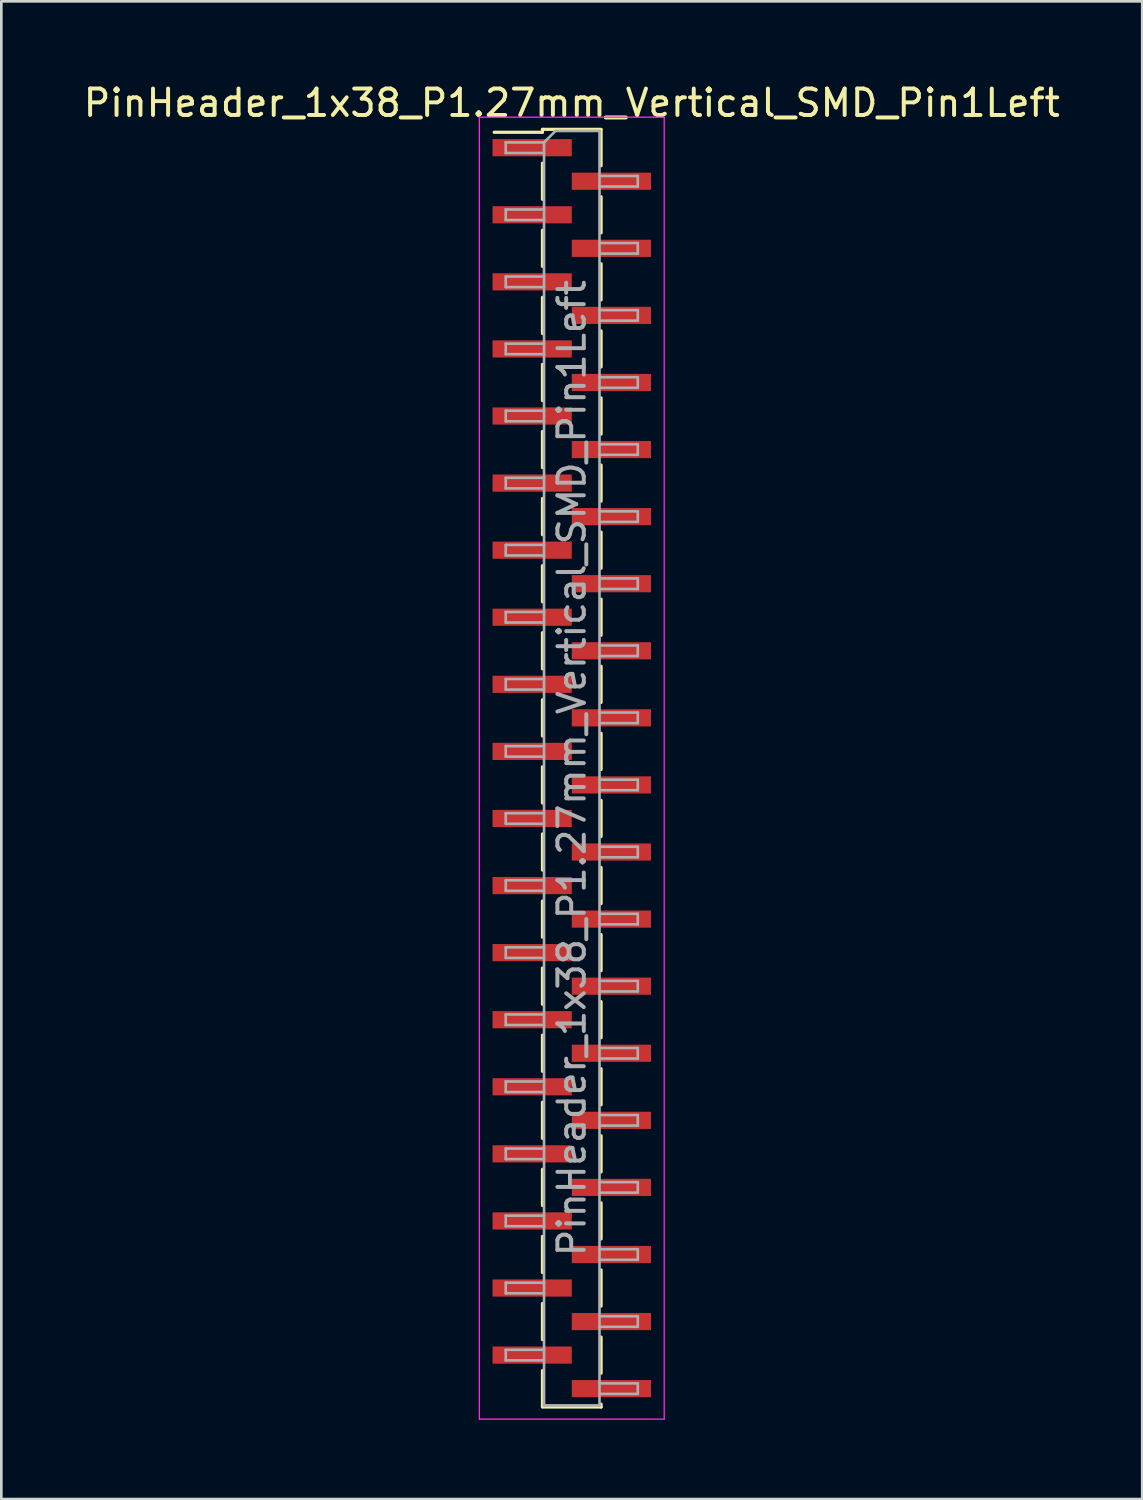
<source format=kicad_pcb>
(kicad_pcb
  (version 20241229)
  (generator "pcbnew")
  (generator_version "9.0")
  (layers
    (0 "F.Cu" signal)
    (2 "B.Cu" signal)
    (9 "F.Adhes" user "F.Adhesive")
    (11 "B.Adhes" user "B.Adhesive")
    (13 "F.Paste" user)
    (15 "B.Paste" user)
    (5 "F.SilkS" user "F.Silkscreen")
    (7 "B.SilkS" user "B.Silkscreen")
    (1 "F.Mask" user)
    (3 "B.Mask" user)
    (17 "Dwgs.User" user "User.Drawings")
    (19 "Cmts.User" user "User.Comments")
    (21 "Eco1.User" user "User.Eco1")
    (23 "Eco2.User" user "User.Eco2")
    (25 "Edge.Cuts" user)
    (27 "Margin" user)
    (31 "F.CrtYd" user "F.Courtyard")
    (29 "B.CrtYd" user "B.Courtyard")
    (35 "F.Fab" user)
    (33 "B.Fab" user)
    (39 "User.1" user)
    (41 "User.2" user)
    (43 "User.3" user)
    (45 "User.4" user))
  (footprint "PinHeader_1x38_P1.27mm_Vertical_SMD_Pin1Left"
    (layer "F.Cu")
    (at 18.601 26.038)
    (property "Reference" "PinHeader_1x38_P1.27mm_Vertical_SMD_Pin1Left" (at 0 -25.19 0) (layer "F.SilkS") (effects (font (size 1 1) (thickness 0.15))))
    (attr smd)
    (fp_line (start -1.11 -24.19) (end -1.11 -24.08) (stroke (width 0.12) (type solid)) (layer "F.SilkS"))
    (fp_line (start -1.11 -24.19) (end 1.11 -24.19) (stroke (width 0.12) (type solid)) (layer "F.SilkS"))
    (fp_line (start -1.11 -24.08) (end -2.94 -24.08) (stroke (width 0.12) (type solid)) (layer "F.SilkS"))
    (fp_line (start -1.11 -22.91) (end -1.11 -21.54) (stroke (width 0.12) (type solid)) (layer "F.SilkS"))
    (fp_line (start -1.11 -20.37) (end -1.11 -19) (stroke (width 0.12) (type solid)) (layer "F.SilkS"))
    (fp_line (start -1.11 -17.83) (end -1.11 -16.46) (stroke (width 0.12) (type solid)) (layer "F.SilkS"))
    (fp_line (start -1.11 -15.29) (end -1.11 -13.92) (stroke (width 0.12) (type solid)) (layer "F.SilkS"))
    (fp_line (start -1.11 -12.75) (end -1.11 -11.38) (stroke (width 0.12) (type solid)) (layer "F.SilkS"))
    (fp_line (start -1.11 -10.21) (end -1.11 -8.84) (stroke (width 0.12) (type solid)) (layer "F.SilkS"))
    (fp_line (start -1.11 -7.67) (end -1.11 -6.3) (stroke (width 0.12) (type solid)) (layer "F.SilkS"))
    (fp_line (start -1.11 -5.13) (end -1.11 -3.76) (stroke (width 0.12) (type solid)) (layer "F.SilkS"))
    (fp_line (start -1.11 -2.59) (end -1.11 -1.22) (stroke (width 0.12) (type solid)) (layer "F.SilkS"))
    (fp_line (start -1.11 -0.05) (end -1.11 1.32) (stroke (width 0.12) (type solid)) (layer "F.SilkS"))
    (fp_line (start -1.11 2.49) (end -1.11 3.86) (stroke (width 0.12) (type solid)) (layer "F.SilkS"))
    (fp_line (start -1.11 5.03) (end -1.11 6.4) (stroke (width 0.12) (type solid)) (layer "F.SilkS"))
    (fp_line (start -1.11 7.57) (end -1.11 8.94) (stroke (width 0.12) (type solid)) (layer "F.SilkS"))
    (fp_line (start -1.11 10.11) (end -1.11 11.48) (stroke (width 0.12) (type solid)) (layer "F.SilkS"))
    (fp_line (start -1.11 12.65) (end -1.11 14.02) (stroke (width 0.12) (type solid)) (layer "F.SilkS"))
    (fp_line (start -1.11 15.19) (end -1.11 16.56) (stroke (width 0.12) (type solid)) (layer "F.SilkS"))
    (fp_line (start -1.11 17.73) (end -1.11 19.1) (stroke (width 0.12) (type solid)) (layer "F.SilkS"))
    (fp_line (start -1.11 20.27) (end -1.11 21.64) (stroke (width 0.12) (type solid)) (layer "F.SilkS"))
    (fp_line (start -1.11 22.81) (end -1.11 24.18) (stroke (width 0.12) (type solid)) (layer "F.SilkS"))
    (fp_line (start -1.11 24.19) (end 1.11 24.19) (stroke (width 0.12) (type solid)) (layer "F.SilkS"))
    (fp_line (start 1.11 -24.18) (end 1.11 -22.81) (stroke (width 0.12) (type solid)) (layer "F.SilkS"))
    (fp_line (start 1.11 -21.64) (end 1.11 -20.27) (stroke (width 0.12) (type solid)) (layer "F.SilkS"))
    (fp_line (start 1.11 -19.1) (end 1.11 -17.73) (stroke (width 0.12) (type solid)) (layer "F.SilkS"))
    (fp_line (start 1.11 -16.56) (end 1.11 -15.19) (stroke (width 0.12) (type solid)) (layer "F.SilkS"))
    (fp_line (start 1.11 -14.02) (end 1.11 -12.65) (stroke (width 0.12) (type solid)) (layer "F.SilkS"))
    (fp_line (start 1.11 -11.48) (end 1.11 -10.11) (stroke (width 0.12) (type solid)) (layer "F.SilkS"))
    (fp_line (start 1.11 -8.94) (end 1.11 -7.57) (stroke (width 0.12) (type solid)) (layer "F.SilkS"))
    (fp_line (start 1.11 -6.4) (end 1.11 -5.03) (stroke (width 0.12) (type solid)) (layer "F.SilkS"))
    (fp_line (start 1.11 -3.86) (end 1.11 -2.49) (stroke (width 0.12) (type solid)) (layer "F.SilkS"))
    (fp_line (start 1.11 -1.32) (end 1.11 0.05) (stroke (width 0.12) (type solid)) (layer "F.SilkS"))
    (fp_line (start 1.11 1.22) (end 1.11 2.59) (stroke (width 0.12) (type solid)) (layer "F.SilkS"))
    (fp_line (start 1.11 3.76) (end 1.11 5.13) (stroke (width 0.12) (type solid)) (layer "F.SilkS"))
    (fp_line (start 1.11 6.3) (end 1.11 7.67) (stroke (width 0.12) (type solid)) (layer "F.SilkS"))
    (fp_line (start 1.11 8.84) (end 1.11 10.21) (stroke (width 0.12) (type solid)) (layer "F.SilkS"))
    (fp_line (start 1.11 11.38) (end 1.11 12.75) (stroke (width 0.12) (type solid)) (layer "F.SilkS"))
    (fp_line (start 1.11 13.92) (end 1.11 15.29) (stroke (width 0.12) (type solid)) (layer "F.SilkS"))
    (fp_line (start 1.11 16.46) (end 1.11 17.83) (stroke (width 0.12) (type solid)) (layer "F.SilkS"))
    (fp_line (start 1.11 19) (end 1.11 20.37) (stroke (width 0.12) (type solid)) (layer "F.SilkS"))
    (fp_line (start 1.11 21.54) (end 1.11 22.91) (stroke (width 0.12) (type solid)) (layer "F.SilkS"))
    (fp_line (start 1.11 24.08) (end 1.11 24.19) (stroke (width 0.12) (type solid)) (layer "F.SilkS"))
    (fp_line (start -3.5 -24.65) (end -3.5 24.65) (stroke (width 0.05) (type solid)) (layer "F.CrtYd"))
    (fp_line (start -3.5 24.65) (end 3.5 24.65) (stroke (width 0.05) (type solid)) (layer "F.CrtYd"))
    (fp_line (start 3.5 -24.65) (end -3.5 -24.65) (stroke (width 0.05) (type solid)) (layer "F.CrtYd"))
    (fp_line (start 3.5 24.65) (end 3.5 -24.65) (stroke (width 0.05) (type solid)) (layer "F.CrtYd"))
    (fp_line (start -2.5 -23.695) (end -2.5 -23.295) (stroke (width 0.1) (type solid)) (layer "F.Fab"))
    (fp_line (start -2.5 -23.295) (end -1.05 -23.295) (stroke (width 0.1) (type solid)) (layer "F.Fab"))
    (fp_line (start -2.5 -21.155) (end -2.5 -20.755) (stroke (width 0.1) (type solid)) (layer "F.Fab"))
    (fp_line (start -2.5 -20.755) (end -1.05 -20.755) (stroke (width 0.1) (type solid)) (layer "F.Fab"))
    (fp_line (start -2.5 -18.615) (end -2.5 -18.215) (stroke (width 0.1) (type solid)) (layer "F.Fab"))
    (fp_line (start -2.5 -18.215) (end -1.05 -18.215) (stroke (width 0.1) (type solid)) (layer "F.Fab"))
    (fp_line (start -2.5 -16.075) (end -2.5 -15.675) (stroke (width 0.1) (type solid)) (layer "F.Fab"))
    (fp_line (start -2.5 -15.675) (end -1.05 -15.675) (stroke (width 0.1) (type solid)) (layer "F.Fab"))
    (fp_line (start -2.5 -13.535) (end -2.5 -13.135) (stroke (width 0.1) (type solid)) (layer "F.Fab"))
    (fp_line (start -2.5 -13.135) (end -1.05 -13.135) (stroke (width 0.1) (type solid)) (layer "F.Fab"))
    (fp_line (start -2.5 -10.995) (end -2.5 -10.595) (stroke (width 0.1) (type solid)) (layer "F.Fab"))
    (fp_line (start -2.5 -10.595) (end -1.05 -10.595) (stroke (width 0.1) (type solid)) (layer "F.Fab"))
    (fp_line (start -2.5 -8.455) (end -2.5 -8.055) (stroke (width 0.1) (type solid)) (layer "F.Fab"))
    (fp_line (start -2.5 -8.055) (end -1.05 -8.055) (stroke (width 0.1) (type solid)) (layer "F.Fab"))
    (fp_line (start -2.5 -5.915) (end -2.5 -5.515) (stroke (width 0.1) (type solid)) (layer "F.Fab"))
    (fp_line (start -2.5 -5.515) (end -1.05 -5.515) (stroke (width 0.1) (type solid)) (layer "F.Fab"))
    (fp_line (start -2.5 -3.375) (end -2.5 -2.975) (stroke (width 0.1) (type solid)) (layer "F.Fab"))
    (fp_line (start -2.5 -2.975) (end -1.05 -2.975) (stroke (width 0.1) (type solid)) (layer "F.Fab"))
    (fp_line (start -2.5 -0.835) (end -2.5 -0.435) (stroke (width 0.1) (type solid)) (layer "F.Fab"))
    (fp_line (start -2.5 -0.435) (end -1.05 -0.435) (stroke (width 0.1) (type solid)) (layer "F.Fab"))
    (fp_line (start -2.5 1.705) (end -2.5 2.105) (stroke (width 0.1) (type solid)) (layer "F.Fab"))
    (fp_line (start -2.5 2.105) (end -1.05 2.105) (stroke (width 0.1) (type solid)) (layer "F.Fab"))
    (fp_line (start -2.5 4.245) (end -2.5 4.645) (stroke (width 0.1) (type solid)) (layer "F.Fab"))
    (fp_line (start -2.5 4.645) (end -1.05 4.645) (stroke (width 0.1) (type solid)) (layer "F.Fab"))
    (fp_line (start -2.5 6.785) (end -2.5 7.185) (stroke (width 0.1) (type solid)) (layer "F.Fab"))
    (fp_line (start -2.5 7.185) (end -1.05 7.185) (stroke (width 0.1) (type solid)) (layer "F.Fab"))
    (fp_line (start -2.5 9.325) (end -2.5 9.725) (stroke (width 0.1) (type solid)) (layer "F.Fab"))
    (fp_line (start -2.5 9.725) (end -1.05 9.725) (stroke (width 0.1) (type solid)) (layer "F.Fab"))
    (fp_line (start -2.5 11.865) (end -2.5 12.265) (stroke (width 0.1) (type solid)) (layer "F.Fab"))
    (fp_line (start -2.5 12.265) (end -1.05 12.265) (stroke (width 0.1) (type solid)) (layer "F.Fab"))
    (fp_line (start -2.5 14.405) (end -2.5 14.805) (stroke (width 0.1) (type solid)) (layer "F.Fab"))
    (fp_line (start -2.5 14.805) (end -1.05 14.805) (stroke (width 0.1) (type solid)) (layer "F.Fab"))
    (fp_line (start -2.5 16.945) (end -2.5 17.345) (stroke (width 0.1) (type solid)) (layer "F.Fab"))
    (fp_line (start -2.5 17.345) (end -1.05 17.345) (stroke (width 0.1) (type solid)) (layer "F.Fab"))
    (fp_line (start -2.5 19.485) (end -2.5 19.885) (stroke (width 0.1) (type solid)) (layer "F.Fab"))
    (fp_line (start -2.5 19.885) (end -1.05 19.885) (stroke (width 0.1) (type solid)) (layer "F.Fab"))
    (fp_line (start -2.5 22.025) (end -2.5 22.425) (stroke (width 0.1) (type solid)) (layer "F.Fab"))
    (fp_line (start -2.5 22.425) (end -1.05 22.425) (stroke (width 0.1) (type solid)) (layer "F.Fab"))
    (fp_line (start -1.05 -23.695) (end -2.5 -23.695) (stroke (width 0.1) (type solid)) (layer "F.Fab"))
    (fp_line (start -1.05 -23.695) (end -0.615 -24.13) (stroke (width 0.1) (type solid)) (layer "F.Fab"))
    (fp_line (start -1.05 -21.155) (end -2.5 -21.155) (stroke (width 0.1) (type solid)) (layer "F.Fab"))
    (fp_line (start -1.05 -18.615) (end -2.5 -18.615) (stroke (width 0.1) (type solid)) (layer "F.Fab"))
    (fp_line (start -1.05 -16.075) (end -2.5 -16.075) (stroke (width 0.1) (type solid)) (layer "F.Fab"))
    (fp_line (start -1.05 -13.535) (end -2.5 -13.535) (stroke (width 0.1) (type solid)) (layer "F.Fab"))
    (fp_line (start -1.05 -10.995) (end -2.5 -10.995) (stroke (width 0.1) (type solid)) (layer "F.Fab"))
    (fp_line (start -1.05 -8.455) (end -2.5 -8.455) (stroke (width 0.1) (type solid)) (layer "F.Fab"))
    (fp_line (start -1.05 -5.915) (end -2.5 -5.915) (stroke (width 0.1) (type solid)) (layer "F.Fab"))
    (fp_line (start -1.05 -3.375) (end -2.5 -3.375) (stroke (width 0.1) (type solid)) (layer "F.Fab"))
    (fp_line (start -1.05 -0.835) (end -2.5 -0.835) (stroke (width 0.1) (type solid)) (layer "F.Fab"))
    (fp_line (start -1.05 1.705) (end -2.5 1.705) (stroke (width 0.1) (type solid)) (layer "F.Fab"))
    (fp_line (start -1.05 4.245) (end -2.5 4.245) (stroke (width 0.1) (type solid)) (layer "F.Fab"))
    (fp_line (start -1.05 6.785) (end -2.5 6.785) (stroke (width 0.1) (type solid)) (layer "F.Fab"))
    (fp_line (start -1.05 9.325) (end -2.5 9.325) (stroke (width 0.1) (type solid)) (layer "F.Fab"))
    (fp_line (start -1.05 11.865) (end -2.5 11.865) (stroke (width 0.1) (type solid)) (layer "F.Fab"))
    (fp_line (start -1.05 14.405) (end -2.5 14.405) (stroke (width 0.1) (type solid)) (layer "F.Fab"))
    (fp_line (start -1.05 16.945) (end -2.5 16.945) (stroke (width 0.1) (type solid)) (layer "F.Fab"))
    (fp_line (start -1.05 19.485) (end -2.5 19.485) (stroke (width 0.1) (type solid)) (layer "F.Fab"))
    (fp_line (start -1.05 22.025) (end -2.5 22.025) (stroke (width 0.1) (type solid)) (layer "F.Fab"))
    (fp_line (start -1.05 24.13) (end -1.05 -23.695) (stroke (width 0.1) (type solid)) (layer "F.Fab"))
    (fp_line (start -0.615 -24.13) (end 1.05 -24.13) (stroke (width 0.1) (type solid)) (layer "F.Fab"))
    (fp_line (start 1.05 -24.13) (end 1.05 24.13) (stroke (width 0.1) (type solid)) (layer "F.Fab"))
    (fp_line (start 1.05 -22.425) (end 2.5 -22.425) (stroke (width 0.1) (type solid)) (layer "F.Fab"))
    (fp_line (start 1.05 -19.885) (end 2.5 -19.885) (stroke (width 0.1) (type solid)) (layer "F.Fab"))
    (fp_line (start 1.05 -17.345) (end 2.5 -17.345) (stroke (width 0.1) (type solid)) (layer "F.Fab"))
    (fp_line (start 1.05 -14.805) (end 2.5 -14.805) (stroke (width 0.1) (type solid)) (layer "F.Fab"))
    (fp_line (start 1.05 -12.265) (end 2.5 -12.265) (stroke (width 0.1) (type solid)) (layer "F.Fab"))
    (fp_line (start 1.05 -9.725) (end 2.5 -9.725) (stroke (width 0.1) (type solid)) (layer "F.Fab"))
    (fp_line (start 1.05 -7.185) (end 2.5 -7.185) (stroke (width 0.1) (type solid)) (layer "F.Fab"))
    (fp_line (start 1.05 -4.645) (end 2.5 -4.645) (stroke (width 0.1) (type solid)) (layer "F.Fab"))
    (fp_line (start 1.05 -2.105) (end 2.5 -2.105) (stroke (width 0.1) (type solid)) (layer "F.Fab"))
    (fp_line (start 1.05 0.435) (end 2.5 0.435) (stroke (width 0.1) (type solid)) (layer "F.Fab"))
    (fp_line (start 1.05 2.975) (end 2.5 2.975) (stroke (width 0.1) (type solid)) (layer "F.Fab"))
    (fp_line (start 1.05 5.515) (end 2.5 5.515) (stroke (width 0.1) (type solid)) (layer "F.Fab"))
    (fp_line (start 1.05 8.055) (end 2.5 8.055) (stroke (width 0.1) (type solid)) (layer "F.Fab"))
    (fp_line (start 1.05 10.595) (end 2.5 10.595) (stroke (width 0.1) (type solid)) (layer "F.Fab"))
    (fp_line (start 1.05 13.135) (end 2.5 13.135) (stroke (width 0.1) (type solid)) (layer "F.Fab"))
    (fp_line (start 1.05 15.675) (end 2.5 15.675) (stroke (width 0.1) (type solid)) (layer "F.Fab"))
    (fp_line (start 1.05 18.215) (end 2.5 18.215) (stroke (width 0.1) (type solid)) (layer "F.Fab"))
    (fp_line (start 1.05 20.755) (end 2.5 20.755) (stroke (width 0.1) (type solid)) (layer "F.Fab"))
    (fp_line (start 1.05 23.295) (end 2.5 23.295) (stroke (width 0.1) (type solid)) (layer "F.Fab"))
    (fp_line (start 1.05 24.13) (end -1.05 24.13) (stroke (width 0.1) (type solid)) (layer "F.Fab"))
    (fp_line (start 2.5 -22.425) (end 2.5 -22.025) (stroke (width 0.1) (type solid)) (layer "F.Fab"))
    (fp_line (start 2.5 -22.025) (end 1.05 -22.025) (stroke (width 0.1) (type solid)) (layer "F.Fab"))
    (fp_line (start 2.5 -19.885) (end 2.5 -19.485) (stroke (width 0.1) (type solid)) (layer "F.Fab"))
    (fp_line (start 2.5 -19.485) (end 1.05 -19.485) (stroke (width 0.1) (type solid)) (layer "F.Fab"))
    (fp_line (start 2.5 -17.345) (end 2.5 -16.945) (stroke (width 0.1) (type solid)) (layer "F.Fab"))
    (fp_line (start 2.5 -16.945) (end 1.05 -16.945) (stroke (width 0.1) (type solid)) (layer "F.Fab"))
    (fp_line (start 2.5 -14.805) (end 2.5 -14.405) (stroke (width 0.1) (type solid)) (layer "F.Fab"))
    (fp_line (start 2.5 -14.405) (end 1.05 -14.405) (stroke (width 0.1) (type solid)) (layer "F.Fab"))
    (fp_line (start 2.5 -12.265) (end 2.5 -11.865) (stroke (width 0.1) (type solid)) (layer "F.Fab"))
    (fp_line (start 2.5 -11.865) (end 1.05 -11.865) (stroke (width 0.1) (type solid)) (layer "F.Fab"))
    (fp_line (start 2.5 -9.725) (end 2.5 -9.325) (stroke (width 0.1) (type solid)) (layer "F.Fab"))
    (fp_line (start 2.5 -9.325) (end 1.05 -9.325) (stroke (width 0.1) (type solid)) (layer "F.Fab"))
    (fp_line (start 2.5 -7.185) (end 2.5 -6.785) (stroke (width 0.1) (type solid)) (layer "F.Fab"))
    (fp_line (start 2.5 -6.785) (end 1.05 -6.785) (stroke (width 0.1) (type solid)) (layer "F.Fab"))
    (fp_line (start 2.5 -4.645) (end 2.5 -4.245) (stroke (width 0.1) (type solid)) (layer "F.Fab"))
    (fp_line (start 2.5 -4.245) (end 1.05 -4.245) (stroke (width 0.1) (type solid)) (layer "F.Fab"))
    (fp_line (start 2.5 -2.105) (end 2.5 -1.705) (stroke (width 0.1) (type solid)) (layer "F.Fab"))
    (fp_line (start 2.5 -1.705) (end 1.05 -1.705) (stroke (width 0.1) (type solid)) (layer "F.Fab"))
    (fp_line (start 2.5 0.435) (end 2.5 0.835) (stroke (width 0.1) (type solid)) (layer "F.Fab"))
    (fp_line (start 2.5 0.835) (end 1.05 0.835) (stroke (width 0.1) (type solid)) (layer "F.Fab"))
    (fp_line (start 2.5 2.975) (end 2.5 3.375) (stroke (width 0.1) (type solid)) (layer "F.Fab"))
    (fp_line (start 2.5 3.375) (end 1.05 3.375) (stroke (width 0.1) (type solid)) (layer "F.Fab"))
    (fp_line (start 2.5 5.515) (end 2.5 5.915) (stroke (width 0.1) (type solid)) (layer "F.Fab"))
    (fp_line (start 2.5 5.915) (end 1.05 5.915) (stroke (width 0.1) (type solid)) (layer "F.Fab"))
    (fp_line (start 2.5 8.055) (end 2.5 8.455) (stroke (width 0.1) (type solid)) (layer "F.Fab"))
    (fp_line (start 2.5 8.455) (end 1.05 8.455) (stroke (width 0.1) (type solid)) (layer "F.Fab"))
    (fp_line (start 2.5 10.595) (end 2.5 10.995) (stroke (width 0.1) (type solid)) (layer "F.Fab"))
    (fp_line (start 2.5 10.995) (end 1.05 10.995) (stroke (width 0.1) (type solid)) (layer "F.Fab"))
    (fp_line (start 2.5 13.135) (end 2.5 13.535) (stroke (width 0.1) (type solid)) (layer "F.Fab"))
    (fp_line (start 2.5 13.535) (end 1.05 13.535) (stroke (width 0.1) (type solid)) (layer "F.Fab"))
    (fp_line (start 2.5 15.675) (end 2.5 16.075) (stroke (width 0.1) (type solid)) (layer "F.Fab"))
    (fp_line (start 2.5 16.075) (end 1.05 16.075) (stroke (width 0.1) (type solid)) (layer "F.Fab"))
    (fp_line (start 2.5 18.215) (end 2.5 18.615) (stroke (width 0.1) (type solid)) (layer "F.Fab"))
    (fp_line (start 2.5 18.615) (end 1.05 18.615) (stroke (width 0.1) (type solid)) (layer "F.Fab"))
    (fp_line (start 2.5 20.755) (end 2.5 21.155) (stroke (width 0.1) (type solid)) (layer "F.Fab"))
    (fp_line (start 2.5 21.155) (end 1.05 21.155) (stroke (width 0.1) (type solid)) (layer "F.Fab"))
    (fp_line (start 2.5 23.295) (end 2.5 23.695) (stroke (width 0.1) (type solid)) (layer "F.Fab"))
    (fp_line (start 2.5 23.695) (end 1.05 23.695) (stroke (width 0.1) (type solid)) (layer "F.Fab"))
    (fp_text user "${REFERENCE}" (at 0 0 90) (layer "F.Fab") (effects (font (size 1 1) (thickness 0.15))))
    (pad "1" smd rect (at -1.5 -23.495) (size 3 0.65) (layers "F.Cu" "F.Mask" "F.Paste"))
    (pad "2" smd rect (at 1.5 -22.225) (size 3 0.65) (layers "F.Cu" "F.Mask" "F.Paste"))
    (pad "3" smd rect (at -1.5 -20.955) (size 3 0.65) (layers "F.Cu" "F.Mask" "F.Paste"))
    (pad "4" smd rect (at 1.5 -19.685) (size 3 0.65) (layers "F.Cu" "F.Mask" "F.Paste"))
    (pad "5" smd rect (at -1.5 -18.415) (size 3 0.65) (layers "F.Cu" "F.Mask" "F.Paste"))
    (pad "6" smd rect (at 1.5 -17.145) (size 3 0.65) (layers "F.Cu" "F.Mask" "F.Paste"))
    (pad "7" smd rect (at -1.5 -15.875) (size 3 0.65) (layers "F.Cu" "F.Mask" "F.Paste"))
    (pad "8" smd rect (at 1.5 -14.605) (size 3 0.65) (layers "F.Cu" "F.Mask" "F.Paste"))
    (pad "9" smd rect (at -1.5 -13.335) (size 3 0.65) (layers "F.Cu" "F.Mask" "F.Paste"))
    (pad "10" smd rect (at 1.5 -12.065) (size 3 0.65) (layers "F.Cu" "F.Mask" "F.Paste"))
    (pad "11" smd rect (at -1.5 -10.795) (size 3 0.65) (layers "F.Cu" "F.Mask" "F.Paste"))
    (pad "12" smd rect (at 1.5 -9.525) (size 3 0.65) (layers "F.Cu" "F.Mask" "F.Paste"))
    (pad "13" smd rect (at -1.5 -8.255) (size 3 0.65) (layers "F.Cu" "F.Mask" "F.Paste"))
    (pad "14" smd rect (at 1.5 -6.985) (size 3 0.65) (layers "F.Cu" "F.Mask" "F.Paste"))
    (pad "15" smd rect (at -1.5 -5.715) (size 3 0.65) (layers "F.Cu" "F.Mask" "F.Paste"))
    (pad "16" smd rect (at 1.5 -4.445) (size 3 0.65) (layers "F.Cu" "F.Mask" "F.Paste"))
    (pad "17" smd rect (at -1.5 -3.175) (size 3 0.65) (layers "F.Cu" "F.Mask" "F.Paste"))
    (pad "18" smd rect (at 1.5 -1.905) (size 3 0.65) (layers "F.Cu" "F.Mask" "F.Paste"))
    (pad "19" smd rect (at -1.5 -0.635) (size 3 0.65) (layers "F.Cu" "F.Mask" "F.Paste"))
    (pad "20" smd rect (at 1.5 0.635) (size 3 0.65) (layers "F.Cu" "F.Mask" "F.Paste"))
    (pad "21" smd rect (at -1.5 1.905) (size 3 0.65) (layers "F.Cu" "F.Mask" "F.Paste"))
    (pad "22" smd rect (at 1.5 3.175) (size 3 0.65) (layers "F.Cu" "F.Mask" "F.Paste"))
    (pad "23" smd rect (at -1.5 4.445) (size 3 0.65) (layers "F.Cu" "F.Mask" "F.Paste"))
    (pad "24" smd rect (at 1.5 5.715) (size 3 0.65) (layers "F.Cu" "F.Mask" "F.Paste"))
    (pad "25" smd rect (at -1.5 6.985) (size 3 0.65) (layers "F.Cu" "F.Mask" "F.Paste"))
    (pad "26" smd rect (at 1.5 8.255) (size 3 0.65) (layers "F.Cu" "F.Mask" "F.Paste"))
    (pad "27" smd rect (at -1.5 9.525) (size 3 0.65) (layers "F.Cu" "F.Mask" "F.Paste"))
    (pad "28" smd rect (at 1.5 10.795) (size 3 0.65) (layers "F.Cu" "F.Mask" "F.Paste"))
    (pad "29" smd rect (at -1.5 12.065) (size 3 0.65) (layers "F.Cu" "F.Mask" "F.Paste"))
    (pad "30" smd rect (at 1.5 13.335) (size 3 0.65) (layers "F.Cu" "F.Mask" "F.Paste"))
    (pad "31" smd rect (at -1.5 14.605) (size 3 0.65) (layers "F.Cu" "F.Mask" "F.Paste"))
    (pad "32" smd rect (at 1.5 15.875) (size 3 0.65) (layers "F.Cu" "F.Mask" "F.Paste"))
    (pad "33" smd rect (at -1.5 17.145) (size 3 0.65) (layers "F.Cu" "F.Mask" "F.Paste"))
    (pad "34" smd rect (at 1.5 18.415) (size 3 0.65) (layers "F.Cu" "F.Mask" "F.Paste"))
    (pad "35" smd rect (at -1.5 19.685) (size 3 0.65) (layers "F.Cu" "F.Mask" "F.Paste"))
    (pad "36" smd rect (at 1.5 20.955) (size 3 0.65) (layers "F.Cu" "F.Mask" "F.Paste"))
    (pad "37" smd rect (at -1.5 22.225) (size 3 0.65) (layers "F.Cu" "F.Mask" "F.Paste"))
    (pad "38" smd rect (at 1.5 23.495) (size 3 0.65) (layers "F.Cu" "F.Mask" "F.Paste")))
  (gr_rect
    (start -3 -3)
    (end 40.202 53.713)
    (stroke (width 0.1) (type default))
    (fill no)
    (layer "Edge.Cuts")))
</source>
